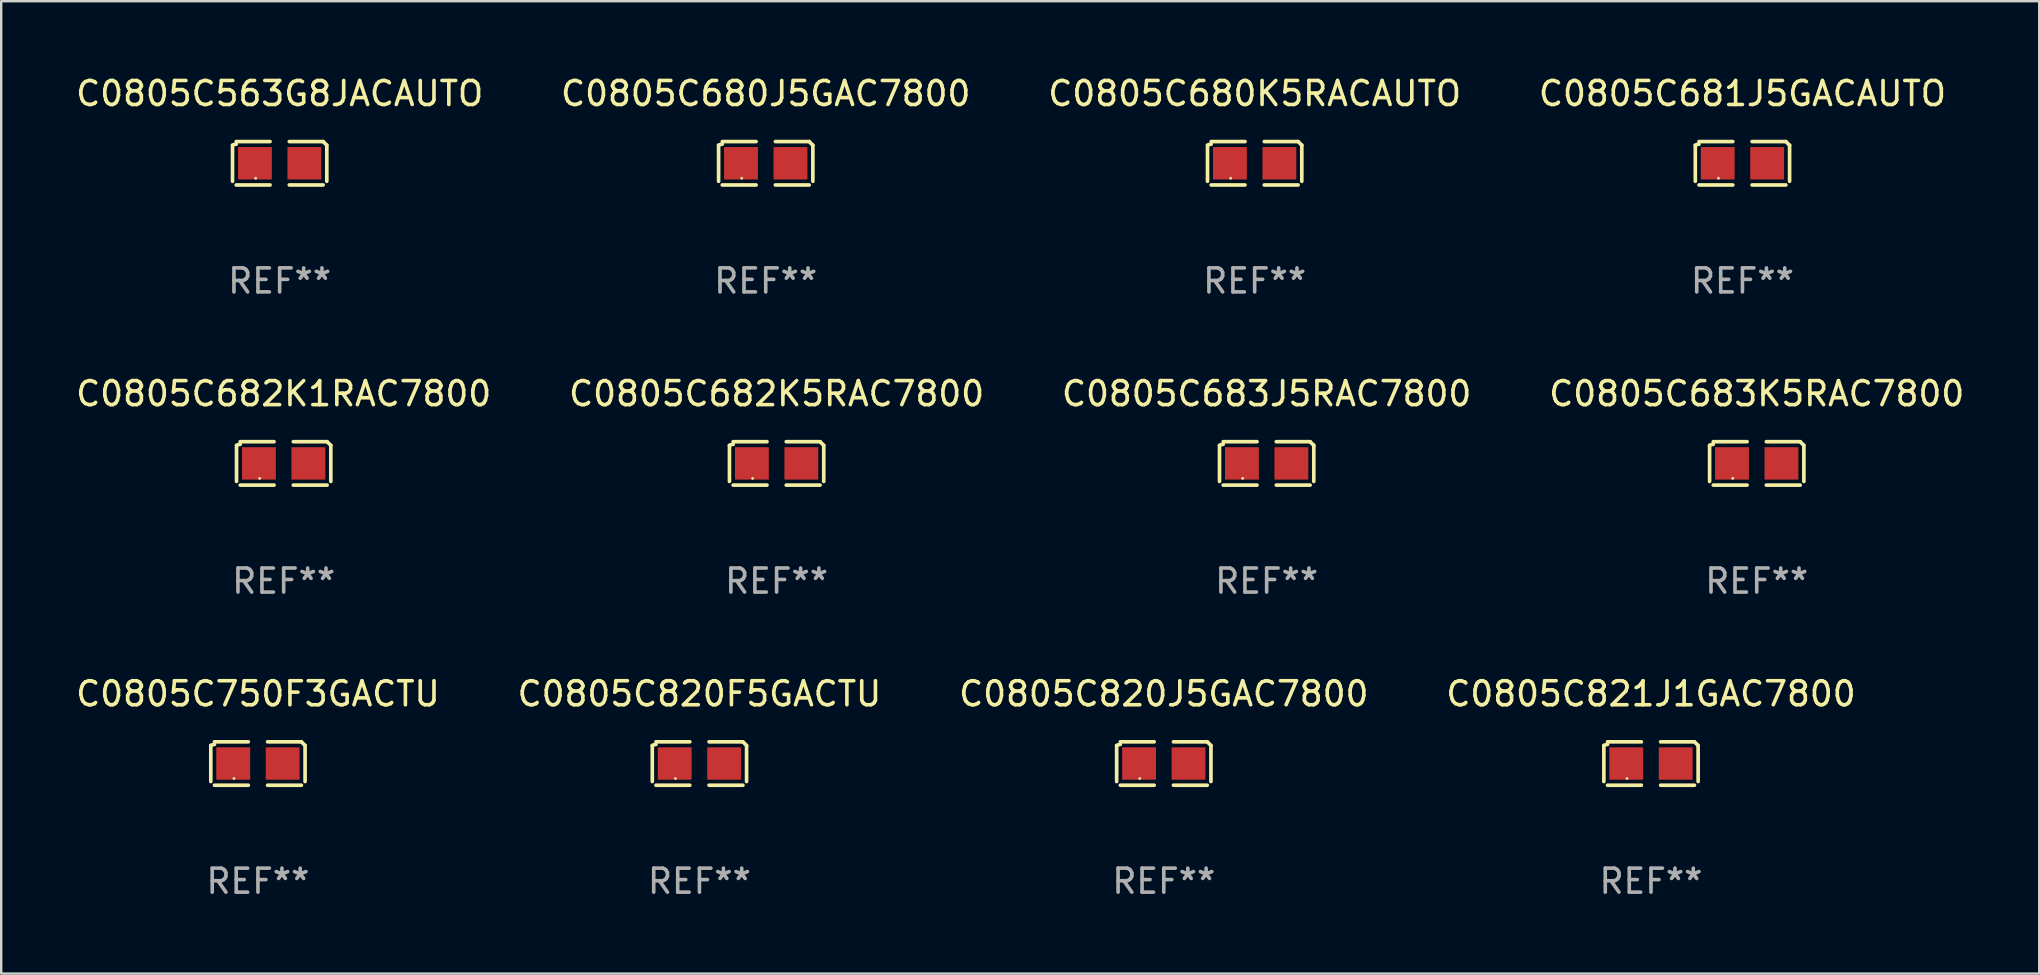
<source format=kicad_pcb>
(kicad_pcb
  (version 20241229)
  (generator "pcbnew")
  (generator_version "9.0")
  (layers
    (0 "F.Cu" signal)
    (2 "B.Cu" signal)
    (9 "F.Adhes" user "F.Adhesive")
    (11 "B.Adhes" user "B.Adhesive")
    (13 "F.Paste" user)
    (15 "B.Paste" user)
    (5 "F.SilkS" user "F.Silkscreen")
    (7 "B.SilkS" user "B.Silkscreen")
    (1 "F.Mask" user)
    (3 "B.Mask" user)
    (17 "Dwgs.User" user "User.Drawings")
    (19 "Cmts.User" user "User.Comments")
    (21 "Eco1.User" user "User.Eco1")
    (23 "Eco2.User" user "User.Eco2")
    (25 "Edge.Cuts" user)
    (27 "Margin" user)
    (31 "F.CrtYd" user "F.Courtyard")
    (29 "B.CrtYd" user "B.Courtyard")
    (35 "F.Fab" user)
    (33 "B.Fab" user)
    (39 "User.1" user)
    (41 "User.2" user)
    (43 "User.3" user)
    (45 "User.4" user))
  (footprint "C0805C820J5GAC7800"
    (layer "F.Cu")
    (at 45.435 28.759)
    (property "Reference" "C0805C820J5GAC7800" (at 0 -2.904 0) (layer "F.SilkS") (effects (font (size 1 1) (thickness 0.15))))
    (attr through_hole)
    (fp_line (start -1.964 0.751) (end -1.964 -0.751) (stroke (width 0.152) (type solid)) (layer "F.SilkS"))
    (fp_line (start -1.811 -0.904) (end -0.401 -0.904) (stroke (width 0.152) (type solid)) (layer "F.SilkS"))
    (fp_line (start -0.401 0.904) (end -1.811 0.904) (stroke (width 0.152) (type solid)) (layer "F.SilkS"))
    (fp_line (start 0.401 0.904) (end 1.811 0.904) (stroke (width 0.152) (type solid)) (layer "F.SilkS"))
    (fp_line (start 1.811 -0.904) (end 0.401 -0.904) (stroke (width 0.152) (type solid)) (layer "F.SilkS"))
    (fp_line (start 1.964 0.751) (end 1.964 -0.751) (stroke (width 0.152) (type solid)) (layer "F.SilkS"))
    (fp_arc (start -1.963602 -0.751207) (mid -1.890354 -0.783131) (end -1.811201 -0.794044) (stroke (width 0.1524) (type solid)) (layer "F.SilkS"))
    (fp_arc (start 1.811202 -0.903607) (mid 1.887413 -0.827418) (end 1.963602 -0.751207) (stroke (width 0.1524) (type solid)) (layer "F.SilkS"))
    (fp_circle (center -1 0.625) (end -0.97 0.625) (stroke (width 0.06) (type solid)) (fill no) (layer "F.SilkS"))
    (fp_text user "REF**" (at 0 4.904 0) (layer "F.Fab") (effects (font (size 1 1) (thickness 0.15))))
    (pad "1" smd rect (at -1.03 0) (size 1.41 1.35) (layers "F.Cu" "F.Mask" "F.Paste"))
    (pad "2" smd rect (at 1.03 0) (size 1.41 1.35) (layers "F.Cu" "F.Mask" "F.Paste")))
  (footprint "C0805C750F3GACTU"
    (layer "F.Cu")
    (at 7.696 28.759)
    (property "Reference" "C0805C750F3GACTU" (at 0 -2.904 0) (layer "F.SilkS") (effects (font (size 1 1) (thickness 0.15))))
    (attr through_hole)
    (fp_line (start -1.964 0.751) (end -1.964 -0.751) (stroke (width 0.152) (type solid)) (layer "F.SilkS"))
    (fp_line (start -1.811 -0.904) (end -0.401 -0.904) (stroke (width 0.152) (type solid)) (layer "F.SilkS"))
    (fp_line (start -0.401 0.904) (end -1.811 0.904) (stroke (width 0.152) (type solid)) (layer "F.SilkS"))
    (fp_line (start 0.401 0.904) (end 1.811 0.904) (stroke (width 0.152) (type solid)) (layer "F.SilkS"))
    (fp_line (start 1.811 -0.904) (end 0.401 -0.904) (stroke (width 0.152) (type solid)) (layer "F.SilkS"))
    (fp_line (start 1.964 0.751) (end 1.964 -0.751) (stroke (width 0.152) (type solid)) (layer "F.SilkS"))
    (fp_arc (start -1.963602 -0.751207) (mid -1.890354 -0.783131) (end -1.811201 -0.794044) (stroke (width 0.1524) (type solid)) (layer "F.SilkS"))
    (fp_arc (start 1.811202 -0.903607) (mid 1.887413 -0.827418) (end 1.963602 -0.751207) (stroke (width 0.1524) (type solid)) (layer "F.SilkS"))
    (fp_circle (center -1 0.625) (end -0.97 0.625) (stroke (width 0.06) (type solid)) (fill no) (layer "F.SilkS"))
    (fp_text user "REF**" (at 0 4.904 0) (layer "F.Fab") (effects (font (size 1 1) (thickness 0.15))))
    (pad "1" smd rect (at -1.03 0) (size 1.41 1.35) (layers "F.Cu" "F.Mask" "F.Paste"))
    (pad "2" smd rect (at 1.03 0) (size 1.41 1.35) (layers "F.Cu" "F.Mask" "F.Paste")))
  (footprint "C0805C820F5GACTU"
    (layer "F.Cu")
    (at 26.089 28.759)
    (property "Reference" "C0805C820F5GACTU" (at 0 -2.904 0) (layer "F.SilkS") (effects (font (size 1 1) (thickness 0.15))))
    (attr through_hole)
    (fp_line (start -1.964 0.751) (end -1.964 -0.751) (stroke (width 0.152) (type solid)) (layer "F.SilkS"))
    (fp_line (start -1.811 -0.904) (end -0.401 -0.904) (stroke (width 0.152) (type solid)) (layer "F.SilkS"))
    (fp_line (start -0.401 0.904) (end -1.811 0.904) (stroke (width 0.152) (type solid)) (layer "F.SilkS"))
    (fp_line (start 0.401 0.904) (end 1.811 0.904) (stroke (width 0.152) (type solid)) (layer "F.SilkS"))
    (fp_line (start 1.811 -0.904) (end 0.401 -0.904) (stroke (width 0.152) (type solid)) (layer "F.SilkS"))
    (fp_line (start 1.964 0.751) (end 1.964 -0.751) (stroke (width 0.152) (type solid)) (layer "F.SilkS"))
    (fp_arc (start -1.963602 -0.751207) (mid -1.890354 -0.783131) (end -1.811201 -0.794044) (stroke (width 0.1524) (type solid)) (layer "F.SilkS"))
    (fp_arc (start 1.811202 -0.903607) (mid 1.887413 -0.827418) (end 1.963602 -0.751207) (stroke (width 0.1524) (type solid)) (layer "F.SilkS"))
    (fp_circle (center -1 0.625) (end -0.97 0.625) (stroke (width 0.06) (type solid)) (fill no) (layer "F.SilkS"))
    (fp_text user "REF**" (at 0 4.904 0) (layer "F.Fab") (effects (font (size 1 1) (thickness 0.15))))
    (pad "1" smd rect (at -1.03 0) (size 1.41 1.35) (layers "F.Cu" "F.Mask" "F.Paste"))
    (pad "2" smd rect (at 1.03 0) (size 1.41 1.35) (layers "F.Cu" "F.Mask" "F.Paste")))
  (footprint "C0805C682K5RAC7800"
    (layer "F.Cu")
    (at 29.304 16.256)
    (property "Reference" "C0805C682K5RAC7800" (at 0 -2.904 0) (layer "F.SilkS") (effects (font (size 1 1) (thickness 0.15))))
    (attr through_hole)
    (fp_line (start -1.964 0.751) (end -1.964 -0.751) (stroke (width 0.152) (type solid)) (layer "F.SilkS"))
    (fp_line (start -1.811 -0.904) (end -0.401 -0.904) (stroke (width 0.152) (type solid)) (layer "F.SilkS"))
    (fp_line (start -0.401 0.904) (end -1.811 0.904) (stroke (width 0.152) (type solid)) (layer "F.SilkS"))
    (fp_line (start 0.401 0.904) (end 1.811 0.904) (stroke (width 0.152) (type solid)) (layer "F.SilkS"))
    (fp_line (start 1.811 -0.904) (end 0.401 -0.904) (stroke (width 0.152) (type solid)) (layer "F.SilkS"))
    (fp_line (start 1.964 0.751) (end 1.964 -0.751) (stroke (width 0.152) (type solid)) (layer "F.SilkS"))
    (fp_arc (start -1.963602 -0.751207) (mid -1.890354 -0.783131) (end -1.811201 -0.794044) (stroke (width 0.1524) (type solid)) (layer "F.SilkS"))
    (fp_arc (start 1.811202 -0.903607) (mid 1.887413 -0.827418) (end 1.963602 -0.751207) (stroke (width 0.1524) (type solid)) (layer "F.SilkS"))
    (fp_circle (center -1 0.625) (end -0.97 0.625) (stroke (width 0.06) (type solid)) (fill no) (layer "F.SilkS"))
    (fp_text user "REF**" (at 0 4.904 0) (layer "F.Fab") (effects (font (size 1 1) (thickness 0.15))))
    (pad "1" smd rect (at -1.03 0) (size 1.41 1.35) (layers "F.Cu" "F.Mask" "F.Paste"))
    (pad "2" smd rect (at 1.03 0) (size 1.41 1.35) (layers "F.Cu" "F.Mask" "F.Paste")))
  (footprint "C0805C563G8JACAUTO"
    (layer "F.Cu")
    (at 8.601 3.752)
    (property "Reference" "C0805C563G8JACAUTO" (at 0 -2.904 0) (layer "F.SilkS") (effects (font (size 1 1) (thickness 0.15))))
    (attr through_hole)
    (fp_line (start -1.964 0.751) (end -1.964 -0.751) (stroke (width 0.152) (type solid)) (layer "F.SilkS"))
    (fp_line (start -1.811 -0.904) (end -0.401 -0.904) (stroke (width 0.152) (type solid)) (layer "F.SilkS"))
    (fp_line (start -0.401 0.904) (end -1.811 0.904) (stroke (width 0.152) (type solid)) (layer "F.SilkS"))
    (fp_line (start 0.401 0.904) (end 1.811 0.904) (stroke (width 0.152) (type solid)) (layer "F.SilkS"))
    (fp_line (start 1.811 -0.904) (end 0.401 -0.904) (stroke (width 0.152) (type solid)) (layer "F.SilkS"))
    (fp_line (start 1.964 0.751) (end 1.964 -0.751) (stroke (width 0.152) (type solid)) (layer "F.SilkS"))
    (fp_arc (start -1.963602 -0.751207) (mid -1.890354 -0.783131) (end -1.811201 -0.794044) (stroke (width 0.1524) (type solid)) (layer "F.SilkS"))
    (fp_arc (start 1.811202 -0.903607) (mid 1.887413 -0.827418) (end 1.963602 -0.751207) (stroke (width 0.1524) (type solid)) (layer "F.SilkS"))
    (fp_circle (center -1 0.625) (end -0.97 0.625) (stroke (width 0.06) (type solid)) (fill no) (layer "F.SilkS"))
    (fp_text user "REF**" (at 0 4.904 0) (layer "F.Fab") (effects (font (size 1 1) (thickness 0.15))))
    (pad "1" smd rect (at -1.03 0) (size 1.41 1.35) (layers "F.Cu" "F.Mask" "F.Paste"))
    (pad "2" smd rect (at 1.03 0) (size 1.41 1.35) (layers "F.Cu" "F.Mask" "F.Paste")))
  (footprint "C0805C680K5RACAUTO"
    (layer "F.Cu")
    (at 49.22 3.752)
    (property "Reference" "C0805C680K5RACAUTO" (at 0 -2.904 0) (layer "F.SilkS") (effects (font (size 1 1) (thickness 0.15))))
    (attr through_hole)
    (fp_line (start -1.964 0.751) (end -1.964 -0.751) (stroke (width 0.152) (type solid)) (layer "F.SilkS"))
    (fp_line (start -1.811 -0.904) (end -0.401 -0.904) (stroke (width 0.152) (type solid)) (layer "F.SilkS"))
    (fp_line (start -0.401 0.904) (end -1.811 0.904) (stroke (width 0.152) (type solid)) (layer "F.SilkS"))
    (fp_line (start 0.401 0.904) (end 1.811 0.904) (stroke (width 0.152) (type solid)) (layer "F.SilkS"))
    (fp_line (start 1.811 -0.904) (end 0.401 -0.904) (stroke (width 0.152) (type solid)) (layer "F.SilkS"))
    (fp_line (start 1.964 0.751) (end 1.964 -0.751) (stroke (width 0.152) (type solid)) (layer "F.SilkS"))
    (fp_arc (start -1.963602 -0.751207) (mid -1.890354 -0.783131) (end -1.811201 -0.794044) (stroke (width 0.1524) (type solid)) (layer "F.SilkS"))
    (fp_arc (start 1.811202 -0.903607) (mid 1.887413 -0.827418) (end 1.963602 -0.751207) (stroke (width 0.1524) (type solid)) (layer "F.SilkS"))
    (fp_circle (center -1 0.625) (end -0.97 0.625) (stroke (width 0.06) (type solid)) (fill no) (layer "F.SilkS"))
    (fp_text user "REF**" (at 0 4.904 0) (layer "F.Fab") (effects (font (size 1 1) (thickness 0.15))))
    (pad "1" smd rect (at -1.03 0) (size 1.41 1.35) (layers "F.Cu" "F.Mask" "F.Paste"))
    (pad "2" smd rect (at 1.03 0) (size 1.41 1.35) (layers "F.Cu" "F.Mask" "F.Paste")))
  (footprint "C0805C682K1RAC7800"
    (layer "F.Cu")
    (at 8.768 16.256)
    (property "Reference" "C0805C682K1RAC7800" (at 0 -2.904 0) (layer "F.SilkS") (effects (font (size 1 1) (thickness 0.15))))
    (attr through_hole)
    (fp_line (start -1.964 0.751) (end -1.964 -0.751) (stroke (width 0.152) (type solid)) (layer "F.SilkS"))
    (fp_line (start -1.811 -0.904) (end -0.401 -0.904) (stroke (width 0.152) (type solid)) (layer "F.SilkS"))
    (fp_line (start -0.401 0.904) (end -1.811 0.904) (stroke (width 0.152) (type solid)) (layer "F.SilkS"))
    (fp_line (start 0.401 0.904) (end 1.811 0.904) (stroke (width 0.152) (type solid)) (layer "F.SilkS"))
    (fp_line (start 1.811 -0.904) (end 0.401 -0.904) (stroke (width 0.152) (type solid)) (layer "F.SilkS"))
    (fp_line (start 1.964 0.751) (end 1.964 -0.751) (stroke (width 0.152) (type solid)) (layer "F.SilkS"))
    (fp_arc (start -1.963602 -0.751207) (mid -1.890354 -0.783131) (end -1.811201 -0.794044) (stroke (width 0.1524) (type solid)) (layer "F.SilkS"))
    (fp_arc (start 1.811202 -0.903607) (mid 1.887413 -0.827418) (end 1.963602 -0.751207) (stroke (width 0.1524) (type solid)) (layer "F.SilkS"))
    (fp_circle (center -1 0.625) (end -0.97 0.625) (stroke (width 0.06) (type solid)) (fill no) (layer "F.SilkS"))
    (fp_text user "REF**" (at 0 4.904 0) (layer "F.Fab") (effects (font (size 1 1) (thickness 0.15))))
    (pad "1" smd rect (at -1.03 0) (size 1.41 1.35) (layers "F.Cu" "F.Mask" "F.Paste"))
    (pad "2" smd rect (at 1.03 0) (size 1.41 1.35) (layers "F.Cu" "F.Mask" "F.Paste")))
  (footprint "C0805C681J5GACAUTO"
    (layer "F.Cu")
    (at 69.542 3.752)
    (property "Reference" "C0805C681J5GACAUTO" (at 0 -2.904 0) (layer "F.SilkS") (effects (font (size 1 1) (thickness 0.15))))
    (attr through_hole)
    (fp_line (start -1.964 0.751) (end -1.964 -0.751) (stroke (width 0.152) (type solid)) (layer "F.SilkS"))
    (fp_line (start -1.811 -0.904) (end -0.401 -0.904) (stroke (width 0.152) (type solid)) (layer "F.SilkS"))
    (fp_line (start -0.401 0.904) (end -1.811 0.904) (stroke (width 0.152) (type solid)) (layer "F.SilkS"))
    (fp_line (start 0.401 0.904) (end 1.811 0.904) (stroke (width 0.152) (type solid)) (layer "F.SilkS"))
    (fp_line (start 1.811 -0.904) (end 0.401 -0.904) (stroke (width 0.152) (type solid)) (layer "F.SilkS"))
    (fp_line (start 1.964 0.751) (end 1.964 -0.751) (stroke (width 0.152) (type solid)) (layer "F.SilkS"))
    (fp_arc (start -1.963602 -0.751207) (mid -1.890354 -0.783131) (end -1.811201 -0.794044) (stroke (width 0.1524) (type solid)) (layer "F.SilkS"))
    (fp_arc (start 1.811202 -0.903607) (mid 1.887413 -0.827418) (end 1.963602 -0.751207) (stroke (width 0.1524) (type solid)) (layer "F.SilkS"))
    (fp_circle (center -1 0.625) (end -0.97 0.625) (stroke (width 0.06) (type solid)) (fill no) (layer "F.SilkS"))
    (fp_text user "REF**" (at 0 4.904 0) (layer "F.Fab") (effects (font (size 1 1) (thickness 0.15))))
    (pad "1" smd rect (at -1.03 0) (size 1.41 1.35) (layers "F.Cu" "F.Mask" "F.Paste"))
    (pad "2" smd rect (at 1.03 0) (size 1.41 1.35) (layers "F.Cu" "F.Mask" "F.Paste")))
  (footprint "C0805C683K5RAC7800"
    (layer "F.Cu")
    (at 70.137 16.256)
    (property "Reference" "C0805C683K5RAC7800" (at 0 -2.904 0) (layer "F.SilkS") (effects (font (size 1 1) (thickness 0.15))))
    (attr through_hole)
    (fp_line (start -1.964 0.751) (end -1.964 -0.751) (stroke (width 0.152) (type solid)) (layer "F.SilkS"))
    (fp_line (start -1.811 -0.904) (end -0.401 -0.904) (stroke (width 0.152) (type solid)) (layer "F.SilkS"))
    (fp_line (start -0.401 0.904) (end -1.811 0.904) (stroke (width 0.152) (type solid)) (layer "F.SilkS"))
    (fp_line (start 0.401 0.904) (end 1.811 0.904) (stroke (width 0.152) (type solid)) (layer "F.SilkS"))
    (fp_line (start 1.811 -0.904) (end 0.401 -0.904) (stroke (width 0.152) (type solid)) (layer "F.SilkS"))
    (fp_line (start 1.964 0.751) (end 1.964 -0.751) (stroke (width 0.152) (type solid)) (layer "F.SilkS"))
    (fp_arc (start -1.963602 -0.751207) (mid -1.890354 -0.783131) (end -1.811201 -0.794044) (stroke (width 0.1524) (type solid)) (layer "F.SilkS"))
    (fp_arc (start 1.811202 -0.903607) (mid 1.887413 -0.827418) (end 1.963602 -0.751207) (stroke (width 0.1524) (type solid)) (layer "F.SilkS"))
    (fp_circle (center -1 0.625) (end -0.97 0.625) (stroke (width 0.06) (type solid)) (fill no) (layer "F.SilkS"))
    (fp_text user "REF**" (at 0 4.904 0) (layer "F.Fab") (effects (font (size 1 1) (thickness 0.15))))
    (pad "1" smd rect (at -1.03 0) (size 1.41 1.35) (layers "F.Cu" "F.Mask" "F.Paste"))
    (pad "2" smd rect (at 1.03 0) (size 1.41 1.35) (layers "F.Cu" "F.Mask" "F.Paste")))
  (footprint "C0805C821J1GAC7800"
    (layer "F.Cu")
    (at 65.732 28.759)
    (property "Reference" "C0805C821J1GAC7800" (at 0 -2.904 0) (layer "F.SilkS") (effects (font (size 1 1) (thickness 0.15))))
    (attr through_hole)
    (fp_line (start -1.964 0.751) (end -1.964 -0.751) (stroke (width 0.152) (type solid)) (layer "F.SilkS"))
    (fp_line (start -1.811 -0.904) (end -0.401 -0.904) (stroke (width 0.152) (type solid)) (layer "F.SilkS"))
    (fp_line (start -0.401 0.904) (end -1.811 0.904) (stroke (width 0.152) (type solid)) (layer "F.SilkS"))
    (fp_line (start 0.401 0.904) (end 1.811 0.904) (stroke (width 0.152) (type solid)) (layer "F.SilkS"))
    (fp_line (start 1.811 -0.904) (end 0.401 -0.904) (stroke (width 0.152) (type solid)) (layer "F.SilkS"))
    (fp_line (start 1.964 0.751) (end 1.964 -0.751) (stroke (width 0.152) (type solid)) (layer "F.SilkS"))
    (fp_arc (start -1.963602 -0.751207) (mid -1.890354 -0.783131) (end -1.811201 -0.794044) (stroke (width 0.1524) (type solid)) (layer "F.SilkS"))
    (fp_arc (start 1.811202 -0.903607) (mid 1.887413 -0.827418) (end 1.963602 -0.751207) (stroke (width 0.1524) (type solid)) (layer "F.SilkS"))
    (fp_circle (center -1 0.625) (end -0.97 0.625) (stroke (width 0.06) (type solid)) (fill no) (layer "F.SilkS"))
    (fp_text user "REF**" (at 0 4.904 0) (layer "F.Fab") (effects (font (size 1 1) (thickness 0.15))))
    (pad "1" smd rect (at -1.03 0) (size 1.41 1.35) (layers "F.Cu" "F.Mask" "F.Paste"))
    (pad "2" smd rect (at 1.03 0) (size 1.41 1.35) (layers "F.Cu" "F.Mask" "F.Paste")))
  (footprint "C0805C683J5RAC7800"
    (layer "F.Cu")
    (at 49.72 16.256)
    (property "Reference" "C0805C683J5RAC7800" (at 0 -2.904 0) (layer "F.SilkS") (effects (font (size 1 1) (thickness 0.15))))
    (attr through_hole)
    (fp_line (start -1.964 0.751) (end -1.964 -0.751) (stroke (width 0.152) (type solid)) (layer "F.SilkS"))
    (fp_line (start -1.811 -0.904) (end -0.401 -0.904) (stroke (width 0.152) (type solid)) (layer "F.SilkS"))
    (fp_line (start -0.401 0.904) (end -1.811 0.904) (stroke (width 0.152) (type solid)) (layer "F.SilkS"))
    (fp_line (start 0.401 0.904) (end 1.811 0.904) (stroke (width 0.152) (type solid)) (layer "F.SilkS"))
    (fp_line (start 1.811 -0.904) (end 0.401 -0.904) (stroke (width 0.152) (type solid)) (layer "F.SilkS"))
    (fp_line (start 1.964 0.751) (end 1.964 -0.751) (stroke (width 0.152) (type solid)) (layer "F.SilkS"))
    (fp_arc (start -1.963602 -0.751207) (mid -1.890354 -0.783131) (end -1.811201 -0.794044) (stroke (width 0.1524) (type solid)) (layer "F.SilkS"))
    (fp_arc (start 1.811202 -0.903607) (mid 1.887413 -0.827418) (end 1.963602 -0.751207) (stroke (width 0.1524) (type solid)) (layer "F.SilkS"))
    (fp_circle (center -1 0.625) (end -0.97 0.625) (stroke (width 0.06) (type solid)) (fill no) (layer "F.SilkS"))
    (fp_text user "REF**" (at 0 4.904 0) (layer "F.Fab") (effects (font (size 1 1) (thickness 0.15))))
    (pad "1" smd rect (at -1.03 0) (size 1.41 1.35) (layers "F.Cu" "F.Mask" "F.Paste"))
    (pad "2" smd rect (at 1.03 0) (size 1.41 1.35) (layers "F.Cu" "F.Mask" "F.Paste")))
  (footprint "C0805C680J5GAC7800"
    (layer "F.Cu")
    (at 28.851 3.752)
    (property "Reference" "C0805C680J5GAC7800" (at 0 -2.904 0) (layer "F.SilkS") (effects (font (size 1 1) (thickness 0.15))))
    (attr through_hole)
    (fp_line (start -1.964 0.751) (end -1.964 -0.751) (stroke (width 0.152) (type solid)) (layer "F.SilkS"))
    (fp_line (start -1.811 -0.904) (end -0.401 -0.904) (stroke (width 0.152) (type solid)) (layer "F.SilkS"))
    (fp_line (start -0.401 0.904) (end -1.811 0.904) (stroke (width 0.152) (type solid)) (layer "F.SilkS"))
    (fp_line (start 0.401 0.904) (end 1.811 0.904) (stroke (width 0.152) (type solid)) (layer "F.SilkS"))
    (fp_line (start 1.811 -0.904) (end 0.401 -0.904) (stroke (width 0.152) (type solid)) (layer "F.SilkS"))
    (fp_line (start 1.964 0.751) (end 1.964 -0.751) (stroke (width 0.152) (type solid)) (layer "F.SilkS"))
    (fp_arc (start -1.963602 -0.751207) (mid -1.890354 -0.783131) (end -1.811201 -0.794044) (stroke (width 0.1524) (type solid)) (layer "F.SilkS"))
    (fp_arc (start 1.811202 -0.903607) (mid 1.887413 -0.827418) (end 1.963602 -0.751207) (stroke (width 0.1524) (type solid)) (layer "F.SilkS"))
    (fp_circle (center -1 0.625) (end -0.97 0.625) (stroke (width 0.06) (type solid)) (fill no) (layer "F.SilkS"))
    (fp_text user "REF**" (at 0 4.904 0) (layer "F.Fab") (effects (font (size 1 1) (thickness 0.15))))
    (pad "1" smd rect (at -1.03 0) (size 1.41 1.35) (layers "F.Cu" "F.Mask" "F.Paste"))
    (pad "2" smd rect (at 1.03 0) (size 1.41 1.35) (layers "F.Cu" "F.Mask" "F.Paste")))
  (gr_rect
    (start -3 -3)
    (end 81.905 37.511)
    (stroke (width 0.1) (type default))
    (fill no)
    (layer "Edge.Cuts")))
</source>
